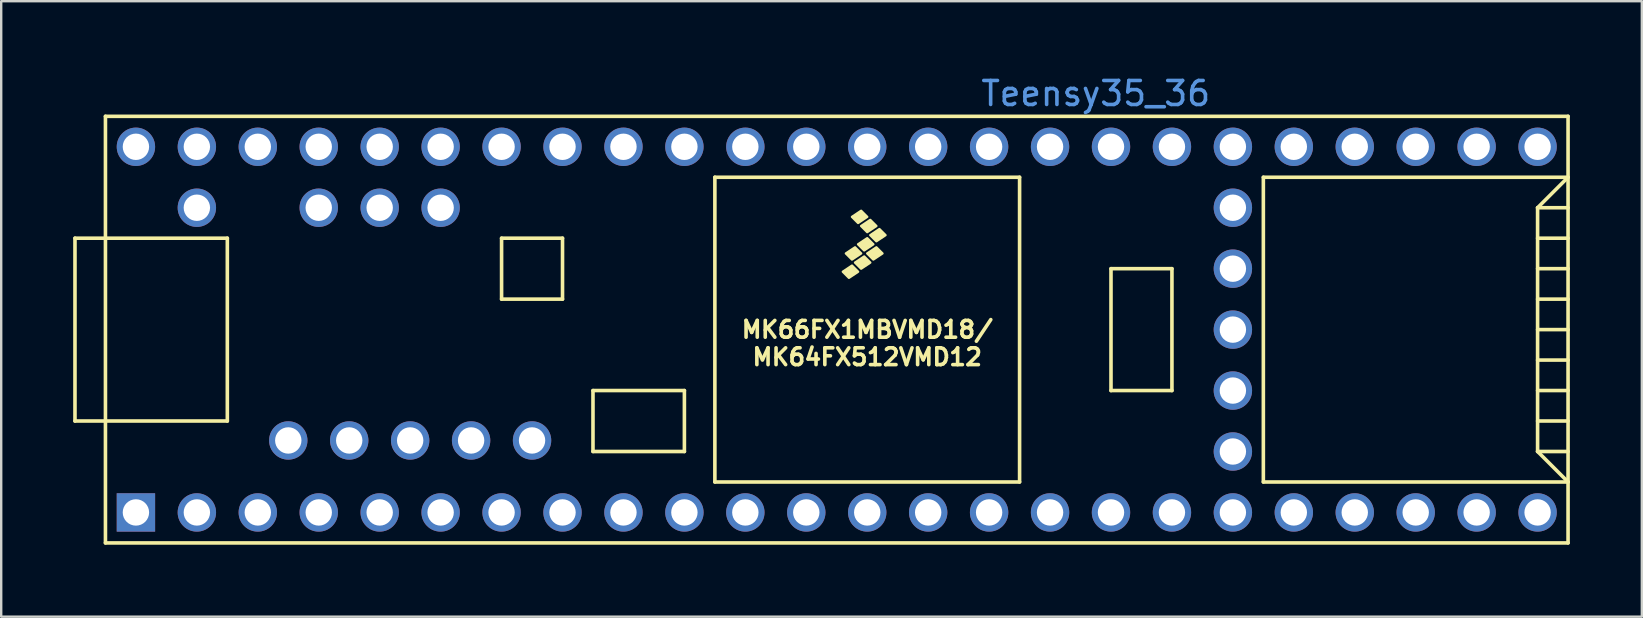
<source format=kicad_pcb>
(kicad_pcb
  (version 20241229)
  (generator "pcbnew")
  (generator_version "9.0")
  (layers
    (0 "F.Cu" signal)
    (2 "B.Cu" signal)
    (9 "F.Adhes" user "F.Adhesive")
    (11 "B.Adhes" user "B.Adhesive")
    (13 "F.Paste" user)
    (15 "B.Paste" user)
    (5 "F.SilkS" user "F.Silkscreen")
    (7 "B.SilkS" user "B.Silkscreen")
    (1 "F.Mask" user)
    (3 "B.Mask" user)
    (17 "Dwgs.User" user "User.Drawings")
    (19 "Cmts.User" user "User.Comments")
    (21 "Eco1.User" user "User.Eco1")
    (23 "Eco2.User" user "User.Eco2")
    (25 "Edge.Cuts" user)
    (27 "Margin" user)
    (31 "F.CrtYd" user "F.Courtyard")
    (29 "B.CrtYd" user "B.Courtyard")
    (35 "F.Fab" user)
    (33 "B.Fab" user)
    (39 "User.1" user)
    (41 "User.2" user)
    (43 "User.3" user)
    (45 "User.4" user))
  (footprint "Teensy35_36"
    (layer "F.Cu")
    (at 31.825 10.688)
    (property "Reference" "Teensy35_36" (at 10.795 -9.84 180) (layer "Cmts.User") (effects (font (size 1 1) (thickness 0.15))))
    (attr through_hole)
    (fp_line (start -31.75 -3.81) (end -30.48 -3.81) (stroke (width 0.15) (type solid)) (layer "F.SilkS"))
    (fp_line (start -31.75 3.81) (end -31.75 -3.81) (stroke (width 0.15) (type solid)) (layer "F.SilkS"))
    (fp_line (start -30.48 3.81) (end -31.75 3.81) (stroke (width 0.15) (type solid)) (layer "F.SilkS"))
    (fp_line (start -30.48 8.89) (end -30.48 -8.89) (stroke (width 0.15) (type solid)) (layer "F.SilkS"))
    (fp_line (start -30.48 8.89) (end 30.48 8.89) (stroke (width 0.15) (type solid)) (layer "F.SilkS"))
    (fp_line (start -25.4 -3.81) (end -30.48 -3.81) (stroke (width 0.15) (type solid)) (layer "F.SilkS"))
    (fp_line (start -25.4 3.81) (end -30.48 3.81) (stroke (width 0.15) (type solid)) (layer "F.SilkS"))
    (fp_line (start -25.4 3.81) (end -25.4 -3.81) (stroke (width 0.15) (type solid)) (layer "F.SilkS"))
    (fp_line (start -13.97 -3.81) (end -13.97 -1.27) (stroke (width 0.15) (type solid)) (layer "F.SilkS"))
    (fp_line (start -13.97 -1.27) (end -11.43 -1.27) (stroke (width 0.15) (type solid)) (layer "F.SilkS"))
    (fp_line (start -11.43 -3.81) (end -13.97 -3.81) (stroke (width 0.15) (type solid)) (layer "F.SilkS"))
    (fp_line (start -11.43 -1.27) (end -11.43 -3.81) (stroke (width 0.15) (type solid)) (layer "F.SilkS"))
    (fp_line (start -10.16 2.54) (end -6.35 2.54) (stroke (width 0.15) (type solid)) (layer "F.SilkS"))
    (fp_line (start -10.16 5.08) (end -10.16 2.54) (stroke (width 0.15) (type solid)) (layer "F.SilkS"))
    (fp_line (start -6.35 2.54) (end -6.35 5.08) (stroke (width 0.15) (type solid)) (layer "F.SilkS"))
    (fp_line (start -6.35 5.08) (end -10.16 5.08) (stroke (width 0.15) (type solid)) (layer "F.SilkS"))
    (fp_line (start -5.08 -6.35) (end -5.08 6.35) (stroke (width 0.15) (type solid)) (layer "F.SilkS"))
    (fp_line (start -5.08 -6.35) (end 7.62 -6.35) (stroke (width 0.15) (type solid)) (layer "F.SilkS"))
    (fp_line (start -5.08 6.35) (end 7.62 6.35) (stroke (width 0.15) (type solid)) (layer "F.SilkS"))
    (fp_line (start 7.62 6.35) (end 7.62 -6.35) (stroke (width 0.15) (type solid)) (layer "F.SilkS"))
    (fp_line (start 11.43 -2.54) (end 13.97 -2.54) (stroke (width 0.15) (type solid)) (layer "F.SilkS"))
    (fp_line (start 11.43 2.54) (end 11.43 -2.54) (stroke (width 0.15) (type solid)) (layer "F.SilkS"))
    (fp_line (start 13.97 -2.54) (end 13.97 2.54) (stroke (width 0.15) (type solid)) (layer "F.SilkS"))
    (fp_line (start 13.97 2.54) (end 11.43 2.54) (stroke (width 0.15) (type solid)) (layer "F.SilkS"))
    (fp_line (start 17.78 -6.35) (end 17.78 6.35) (stroke (width 0.15) (type solid)) (layer "F.SilkS"))
    (fp_line (start 17.78 6.35) (end 30.48 6.35) (stroke (width 0.15) (type solid)) (layer "F.SilkS"))
    (fp_line (start 29.21 -5.08) (end 30.48 -6.35) (stroke (width 0.15) (type solid)) (layer "F.SilkS"))
    (fp_line (start 29.21 -5.08) (end 30.48 -5.08) (stroke (width 0.15) (type solid)) (layer "F.SilkS"))
    (fp_line (start 29.21 -3.81) (end 30.48 -3.81) (stroke (width 0.15) (type solid)) (layer "F.SilkS"))
    (fp_line (start 29.21 -2.54) (end 30.48 -2.54) (stroke (width 0.15) (type solid)) (layer "F.SilkS"))
    (fp_line (start 29.21 -1.27) (end 30.48 -1.27) (stroke (width 0.15) (type solid)) (layer "F.SilkS"))
    (fp_line (start 29.21 0) (end 30.48 0) (stroke (width 0.15) (type solid)) (layer "F.SilkS"))
    (fp_line (start 29.21 1.27) (end 30.48 1.27) (stroke (width 0.15) (type solid)) (layer "F.SilkS"))
    (fp_line (start 29.21 2.54) (end 30.48 2.54) (stroke (width 0.15) (type solid)) (layer "F.SilkS"))
    (fp_line (start 29.21 3.81) (end 30.48 3.81) (stroke (width 0.15) (type solid)) (layer "F.SilkS"))
    (fp_line (start 29.21 5.08) (end 29.21 -5.08) (stroke (width 0.15) (type solid)) (layer "F.SilkS"))
    (fp_line (start 29.21 5.08) (end 30.48 5.08) (stroke (width 0.15) (type solid)) (layer "F.SilkS"))
    (fp_line (start 30.48 -8.89) (end -30.48 -8.89) (stroke (width 0.15) (type solid)) (layer "F.SilkS"))
    (fp_line (start 30.48 -8.89) (end 30.48 8.89) (stroke (width 0.15) (type solid)) (layer "F.SilkS"))
    (fp_line (start 30.48 -6.35) (end 17.78 -6.35) (stroke (width 0.15) (type solid)) (layer "F.SilkS"))
    (fp_line (start 30.48 6.35) (end 29.21 5.08) (stroke (width 0.15) (type solid)) (layer "F.SilkS"))
    (fp_poly (pts (xy 0.635 -2.667) (xy 0.889 -2.413) (xy 0.508 -2.159) (xy 0.254 -2.413)) (stroke (width 0.1) (type solid)) (fill yes) (layer "F.SilkS"))
    (fp_poly (pts (xy 0.762 -3.429) (xy 1.016 -3.175) (xy 0.635 -2.921) (xy 0.381 -3.175)) (stroke (width 0.1) (type solid)) (fill yes) (layer "F.SilkS"))
    (fp_poly (pts (xy 1.016 -4.953) (xy 1.27 -4.699) (xy 0.889 -4.445) (xy 0.635 -4.699)) (stroke (width 0.1) (type solid)) (fill yes) (layer "F.SilkS"))
    (fp_poly (pts (xy 1.143 -3.048) (xy 1.397 -2.794) (xy 1.016 -2.54) (xy 0.762 -2.794)) (stroke (width 0.1) (type solid)) (fill yes) (layer "F.SilkS"))
    (fp_poly (pts (xy 1.27 -3.81) (xy 1.524 -3.556) (xy 1.143 -3.302) (xy 0.889 -3.556)) (stroke (width 0.1) (type solid)) (fill yes) (layer "F.SilkS"))
    (fp_poly (pts (xy 1.397 -4.572) (xy 1.651 -4.318) (xy 1.27 -4.064) (xy 1.016 -4.318)) (stroke (width 0.1) (type solid)) (fill yes) (layer "F.SilkS"))
    (fp_poly (pts (xy 1.651 -3.429) (xy 1.905 -3.175) (xy 1.524 -2.921) (xy 1.27 -3.175)) (stroke (width 0.1) (type solid)) (fill yes) (layer "F.SilkS"))
    (fp_poly (pts (xy 1.778 -4.191) (xy 2.032 -3.937) (xy 1.651 -3.683) (xy 1.397 -3.937)) (stroke (width 0.1) (type solid)) (fill yes) (layer "F.SilkS"))
    (fp_text user "MK66FX1MBVMD18/" (at 1.27 0 180) (layer "F.SilkS") (effects (font (size 0.7 0.7) (thickness 0.15))))
    (fp_text user "MK64FX512VMD12" (at 1.27 1.143 180) (layer "F.SilkS") (effects (font (size 0.7 0.7) (thickness 0.15))))
    (pad "1" thru_hole rect (at -29.21 7.62) (size 1.6 1.6) (drill 1.1) (layers "*.Cu" "*.Mask"))
    (pad "2" thru_hole circle (at -26.67 7.62) (size 1.6 1.6) (drill 1.1) (layers "*.Cu" "*.Mask"))
    (pad "3" thru_hole circle (at -24.13 7.62) (size 1.6 1.6) (drill 1.1) (layers "*.Cu" "*.Mask"))
    (pad "4" thru_hole circle (at -21.59 7.62) (size 1.6 1.6) (drill 1.1) (layers "*.Cu" "*.Mask"))
    (pad "5" thru_hole circle (at -19.05 7.62) (size 1.6 1.6) (drill 1.1) (layers "*.Cu" "*.Mask"))
    (pad "6" thru_hole circle (at -16.51 7.62) (size 1.6 1.6) (drill 1.1) (layers "*.Cu" "*.Mask"))
    (pad "7" thru_hole circle (at -13.97 7.62) (size 1.6 1.6) (drill 1.1) (layers "*.Cu" "*.Mask"))
    (pad "8" thru_hole circle (at -11.43 7.62) (size 1.6 1.6) (drill 1.1) (layers "*.Cu" "*.Mask"))
    (pad "9" thru_hole circle (at -8.89 7.62) (size 1.6 1.6) (drill 1.1) (layers "*.Cu" "*.Mask"))
    (pad "10" thru_hole circle (at -6.35 7.62) (size 1.6 1.6) (drill 1.1) (layers "*.Cu" "*.Mask"))
    (pad "11" thru_hole circle (at -3.81 7.62) (size 1.6 1.6) (drill 1.1) (layers "*.Cu" "*.Mask"))
    (pad "12" thru_hole circle (at -1.27 7.62) (size 1.6 1.6) (drill 1.1) (layers "*.Cu" "*.Mask"))
    (pad "13" thru_hole circle (at 1.27 7.62) (size 1.6 1.6) (drill 1.1) (layers "*.Cu" "*.Mask"))
    (pad "14" thru_hole circle (at 3.81 7.62) (size 1.6 1.6) (drill 1.1) (layers "*.Cu" "*.Mask"))
    (pad "15" thru_hole circle (at 6.35 7.62) (size 1.6 1.6) (drill 1.1) (layers "*.Cu" "*.Mask"))
    (pad "16" thru_hole circle (at 8.89 7.62) (size 1.6 1.6) (drill 1.1) (layers "*.Cu" "*.Mask"))
    (pad "17" thru_hole circle (at 11.43 7.62) (size 1.6 1.6) (drill 1.1) (layers "*.Cu" "*.Mask"))
    (pad "18" thru_hole circle (at 13.97 7.62) (size 1.6 1.6) (drill 1.1) (layers "*.Cu" "*.Mask"))
    (pad "19" thru_hole circle (at 16.51 7.62) (size 1.6 1.6) (drill 1.1) (layers "*.Cu" "*.Mask"))
    (pad "20" thru_hole circle (at 19.05 7.62) (size 1.6 1.6) (drill 1.1) (layers "*.Cu" "*.Mask"))
    (pad "21" thru_hole circle (at 21.59 7.62) (size 1.6 1.6) (drill 1.1) (layers "*.Cu" "*.Mask"))
    (pad "22" thru_hole circle (at 24.13 7.62) (size 1.6 1.6) (drill 1.1) (layers "*.Cu" "*.Mask"))
    (pad "23" thru_hole circle (at 26.67 7.62) (size 1.6 1.6) (drill 1.1) (layers "*.Cu" "*.Mask"))
    (pad "24" thru_hole circle (at 29.21 7.62) (size 1.6 1.6) (drill 1.1) (layers "*.Cu" "*.Mask"))
    (pad "25" thru_hole circle (at 16.51 5.08) (size 1.6 1.6) (drill 1.1) (layers "*.Cu" "*.Mask"))
    (pad "26" thru_hole circle (at 16.51 2.54) (size 1.6 1.6) (drill 1.1) (layers "*.Cu" "*.Mask"))
    (pad "27" thru_hole circle (at 16.51 0) (size 1.6 1.6) (drill 1.1) (layers "*.Cu" "*.Mask"))
    (pad "28" thru_hole circle (at 16.51 -2.54) (size 1.6 1.6) (drill 1.1) (layers "*.Cu" "*.Mask"))
    (pad "29" thru_hole circle (at 16.51 -5.08) (size 1.6 1.6) (drill 1.1) (layers "*.Cu" "*.Mask"))
    (pad "30" thru_hole circle (at 29.21 -7.62) (size 1.6 1.6) (drill 1.1) (layers "*.Cu" "*.Mask"))
    (pad "31" thru_hole circle (at 26.67 -7.62) (size 1.6 1.6) (drill 1.1) (layers "*.Cu" "*.Mask"))
    (pad "32" thru_hole circle (at 24.13 -7.62) (size 1.6 1.6) (drill 1.1) (layers "*.Cu" "*.Mask"))
    (pad "33" thru_hole circle (at 21.59 -7.62) (size 1.6 1.6) (drill 1.1) (layers "*.Cu" "*.Mask"))
    (pad "34" thru_hole circle (at 19.05 -7.62) (size 1.6 1.6) (drill 1.1) (layers "*.Cu" "*.Mask"))
    (pad "35" thru_hole circle (at 16.51 -7.62) (size 1.6 1.6) (drill 1.1) (layers "*.Cu" "*.Mask"))
    (pad "36" thru_hole circle (at 13.97 -7.62) (size 1.6 1.6) (drill 1.1) (layers "*.Cu" "*.Mask"))
    (pad "37" thru_hole circle (at 11.43 -7.62) (size 1.6 1.6) (drill 1.1) (layers "*.Cu" "*.Mask"))
    (pad "38" thru_hole circle (at 8.89 -7.62) (size 1.6 1.6) (drill 1.1) (layers "*.Cu" "*.Mask"))
    (pad "39" thru_hole circle (at 6.35 -7.62) (size 1.6 1.6) (drill 1.1) (layers "*.Cu" "*.Mask"))
    (pad "40" thru_hole circle (at 3.81 -7.62) (size 1.6 1.6) (drill 1.1) (layers "*.Cu" "*.Mask"))
    (pad "41" thru_hole circle (at 1.27 -7.62) (size 1.6 1.6) (drill 1.1) (layers "*.Cu" "*.Mask"))
    (pad "42" thru_hole circle (at -1.27 -7.62) (size 1.6 1.6) (drill 1.1) (layers "*.Cu" "*.Mask"))
    (pad "43" thru_hole circle (at -3.81 -7.62) (size 1.6 1.6) (drill 1.1) (layers "*.Cu" "*.Mask"))
    (pad "44" thru_hole circle (at -6.35 -7.62) (size 1.6 1.6) (drill 1.1) (layers "*.Cu" "*.Mask"))
    (pad "45" thru_hole circle (at -8.89 -7.62) (size 1.6 1.6) (drill 1.1) (layers "*.Cu" "*.Mask"))
    (pad "46" thru_hole circle (at -11.43 -7.62) (size 1.6 1.6) (drill 1.1) (layers "*.Cu" "*.Mask"))
    (pad "47" thru_hole circle (at -13.97 -7.62) (size 1.6 1.6) (drill 1.1) (layers "*.Cu" "*.Mask"))
    (pad "48" thru_hole circle (at -16.51 -7.62) (size 1.6 1.6) (drill 1.1) (layers "*.Cu" "*.Mask"))
    (pad "49" thru_hole circle (at -19.05 -7.62) (size 1.6 1.6) (drill 1.1) (layers "*.Cu" "*.Mask"))
    (pad "50" thru_hole circle (at -21.59 -7.62) (size 1.6 1.6) (drill 1.1) (layers "*.Cu" "*.Mask"))
    (pad "51" thru_hole circle (at -24.13 -7.62) (size 1.6 1.6) (drill 1.1) (layers "*.Cu" "*.Mask"))
    (pad "52" thru_hole circle (at -26.67 -7.62) (size 1.6 1.6) (drill 1.1) (layers "*.Cu" "*.Mask"))
    (pad "53" thru_hole circle (at -29.21 -7.62) (size 1.6 1.6) (drill 1.1) (layers "*.Cu" "*.Mask"))
    (pad "54" thru_hole circle (at -26.67 -5.08) (size 1.6 1.6) (drill 1.1) (layers "*.Cu" "*.Mask"))
    (pad "55" thru_hole circle (at -21.59 -5.08) (size 1.6 1.6) (drill 1.1) (layers "*.Cu" "*.Mask"))
    (pad "56" thru_hole circle (at -19.05 -5.08) (size 1.6 1.6) (drill 1.1) (layers "*.Cu" "*.Mask"))
    (pad "57" thru_hole circle (at -16.51 -5.08) (size 1.6 1.6) (drill 1.1) (layers "*.Cu" "*.Mask"))
    (pad "58" thru_hole circle (at -22.86 4.62) (size 1.6 1.6) (drill 1.1) (layers "*.Cu" "*.Mask"))
    (pad "59" thru_hole circle (at -20.32 4.62) (size 1.6 1.6) (drill 1.1) (layers "*.Cu" "*.Mask"))
    (pad "60" thru_hole circle (at -17.78 4.62) (size 1.6 1.6) (drill 1.1) (layers "*.Cu" "*.Mask"))
    (pad "61" thru_hole circle (at -15.24 4.62) (size 1.6 1.6) (drill 1.1) (layers "*.Cu" "*.Mask"))
    (pad "62" thru_hole circle (at -12.7 4.62) (size 1.6 1.6) (drill 1.1) (layers "*.Cu" "*.Mask")))
  (gr_rect
    (start -3 -3)
    (end 65.38 22.653)
    (stroke (width 0.1) (type default))
    (fill no)
    (layer "Edge.Cuts")))
</source>
